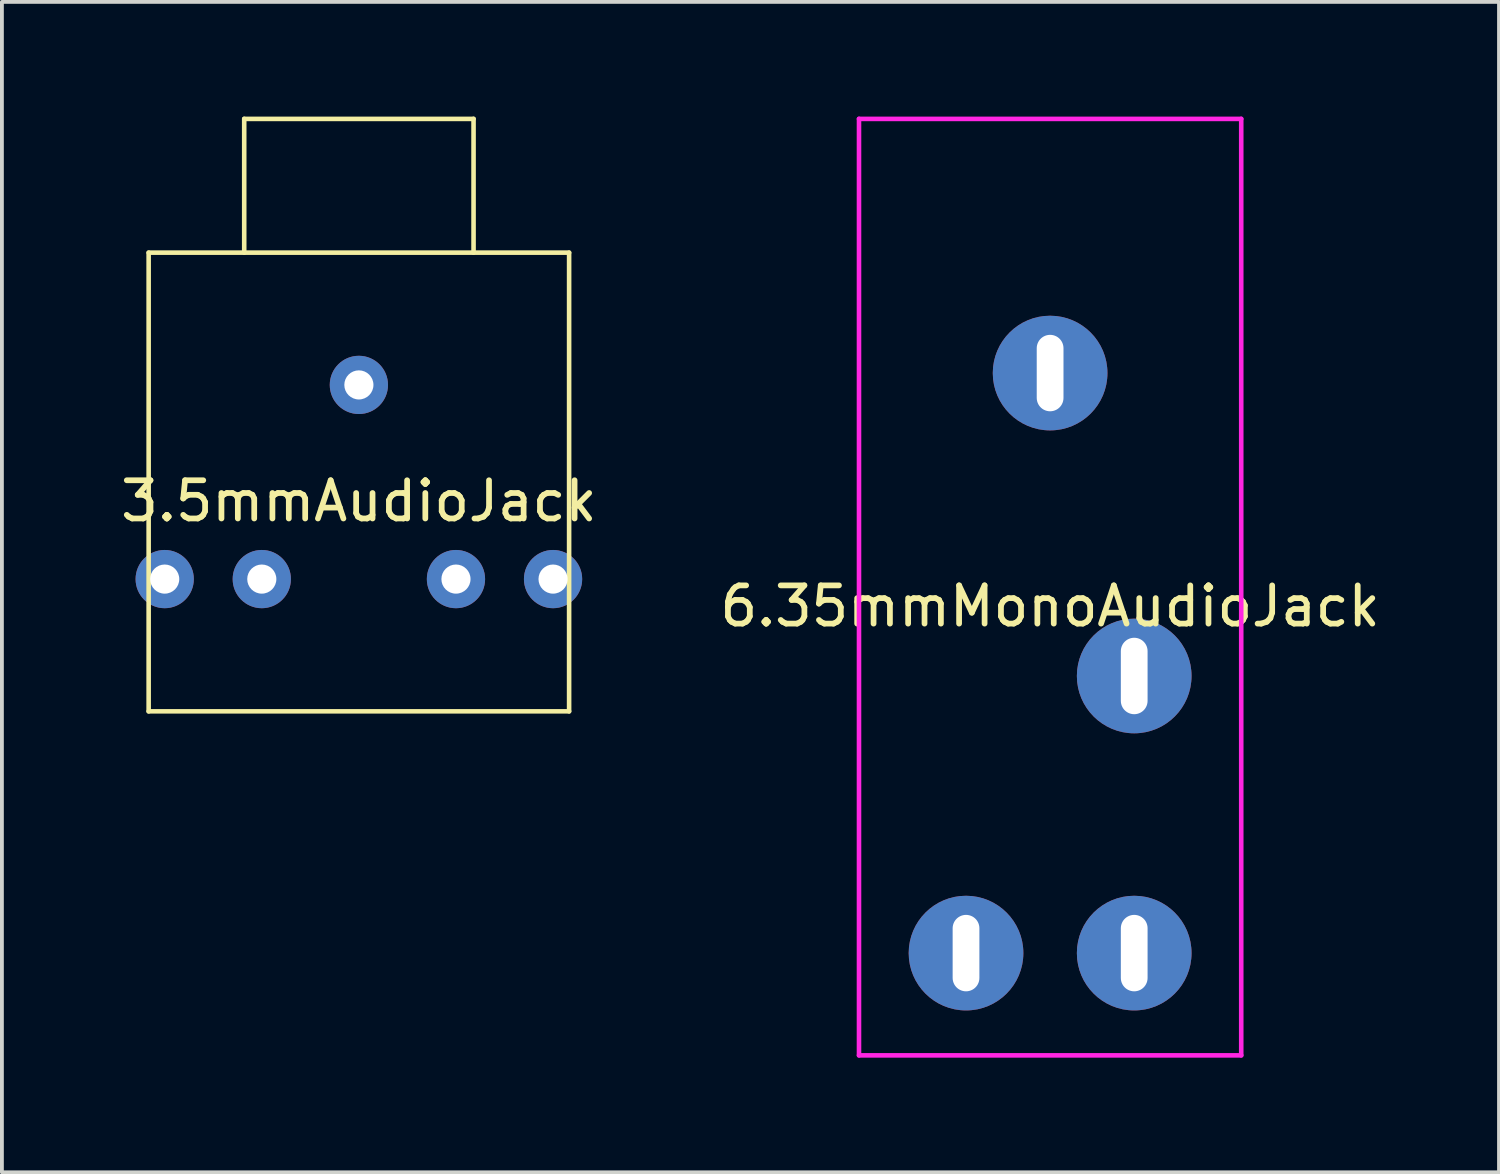
<source format=kicad_pcb>
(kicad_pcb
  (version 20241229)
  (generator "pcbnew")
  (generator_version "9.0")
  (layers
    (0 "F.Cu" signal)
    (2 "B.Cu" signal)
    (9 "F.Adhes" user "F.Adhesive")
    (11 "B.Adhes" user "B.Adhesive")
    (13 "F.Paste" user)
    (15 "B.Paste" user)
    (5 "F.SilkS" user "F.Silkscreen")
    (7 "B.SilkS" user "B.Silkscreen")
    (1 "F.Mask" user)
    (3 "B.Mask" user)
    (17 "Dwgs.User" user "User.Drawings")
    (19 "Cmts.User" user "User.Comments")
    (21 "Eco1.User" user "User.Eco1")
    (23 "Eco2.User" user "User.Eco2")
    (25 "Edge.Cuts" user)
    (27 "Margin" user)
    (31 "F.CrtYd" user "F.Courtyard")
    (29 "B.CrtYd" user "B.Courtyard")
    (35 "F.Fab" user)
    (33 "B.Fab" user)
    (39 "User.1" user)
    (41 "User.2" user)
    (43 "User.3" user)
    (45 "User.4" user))
  (footprint "6.35mmMonoAudioJack"
    (layer "F.Cu")
    (at 24.423 12.31)
    (property "Reference" "6.35mmMonoAudioJack" (at 0 0.5 0) (layer "F.SilkS") (effects (font (size 1 1) (thickness 0.15))))
    (attr through_hole)
    (fp_line (start -5 -12.25) (end -5 12.25) (stroke (width 0.12) (type solid)) (layer "F.CrtYd"))
    (fp_line (start -5 -12.25) (end 5 -12.25) (stroke (width 0.12) (type solid)) (layer "F.CrtYd"))
    (fp_line (start 5 -12.25) (end 5 12.25) (stroke (width 0.12) (type solid)) (layer "F.CrtYd"))
    (fp_line (start 5 12.25) (end -5 12.25) (stroke (width 0.12) (type solid)) (layer "F.CrtYd"))
    (pad "1" thru_hole circle (at 0 -5.6) (size 3 3) (drill oval 0.7 2) (layers "*.Cu" "*.Mask"))
    (pad "2" thru_hole circle (at 2.2 9.575) (size 3 3) (drill oval 0.7 2) (layers "*.Cu" "*.Mask"))
    (pad "3" thru_hole circle (at 2.2 2.325) (size 3 3) (drill oval 0.7 2) (layers "*.Cu" "*.Mask"))
    (pad "4" thru_hole circle (at -2.2 9.575) (size 3 3) (drill oval 0.7 2) (layers "*.Cu" "*.Mask")))
  (footprint "3.5mmAudioJack"
    (layer "F.Cu")
    (at 6.339 9.56)
    (property "Reference" "3.5mmAudioJack" (at 0 0.5 0) (layer "F.SilkS") (effects (font (size 1 1) (thickness 0.15))))
    (attr through_hole)
    (fp_line (start -5.5 -6) (end 5.5 -6) (stroke (width 0.12) (type solid)) (layer "F.SilkS"))
    (fp_line (start -5.5 6) (end -5.5 -6) (stroke (width 0.12) (type solid)) (layer "F.SilkS"))
    (fp_line (start -3 -9.5) (end 3 -9.5) (stroke (width 0.12) (type solid)) (layer "F.SilkS"))
    (fp_line (start -3 -6) (end -3 -9.5) (stroke (width 0.12) (type solid)) (layer "F.SilkS"))
    (fp_line (start 3 -6) (end 3 -9.5) (stroke (width 0.12) (type solid)) (layer "F.SilkS"))
    (fp_line (start 5.5 -6) (end 5.5 6) (stroke (width 0.12) (type solid)) (layer "F.SilkS"))
    (fp_line (start 5.5 6) (end -5.5 6) (stroke (width 0.12) (type solid)) (layer "F.SilkS"))
    (pad "1" thru_hole circle (at 0 -2.54) (size 1.524 1.524) (drill 0.762) (layers "*.Cu" "*.Mask"))
    (pad "2" thru_hole circle (at -5.08 2.54) (size 1.524 1.524) (drill 0.762) (layers "*.Cu" "*.Mask"))
    (pad "3" thru_hole circle (at -2.54 2.54) (size 1.524 1.524) (drill 0.762) (layers "*.Cu" "*.Mask"))
    (pad "4" thru_hole circle (at 2.54 2.54) (size 1.524 1.524) (drill 0.762) (layers "*.Cu" "*.Mask"))
    (pad "5" thru_hole circle (at 5.08 2.54) (size 1.524 1.524) (drill 0.762) (layers "*.Cu" "*.Mask")))
  (gr_rect
    (start -3 -3)
    (end 36.167 27.62)
    (stroke (width 0.1) (type default))
    (fill no)
    (layer "Edge.Cuts")))
</source>
